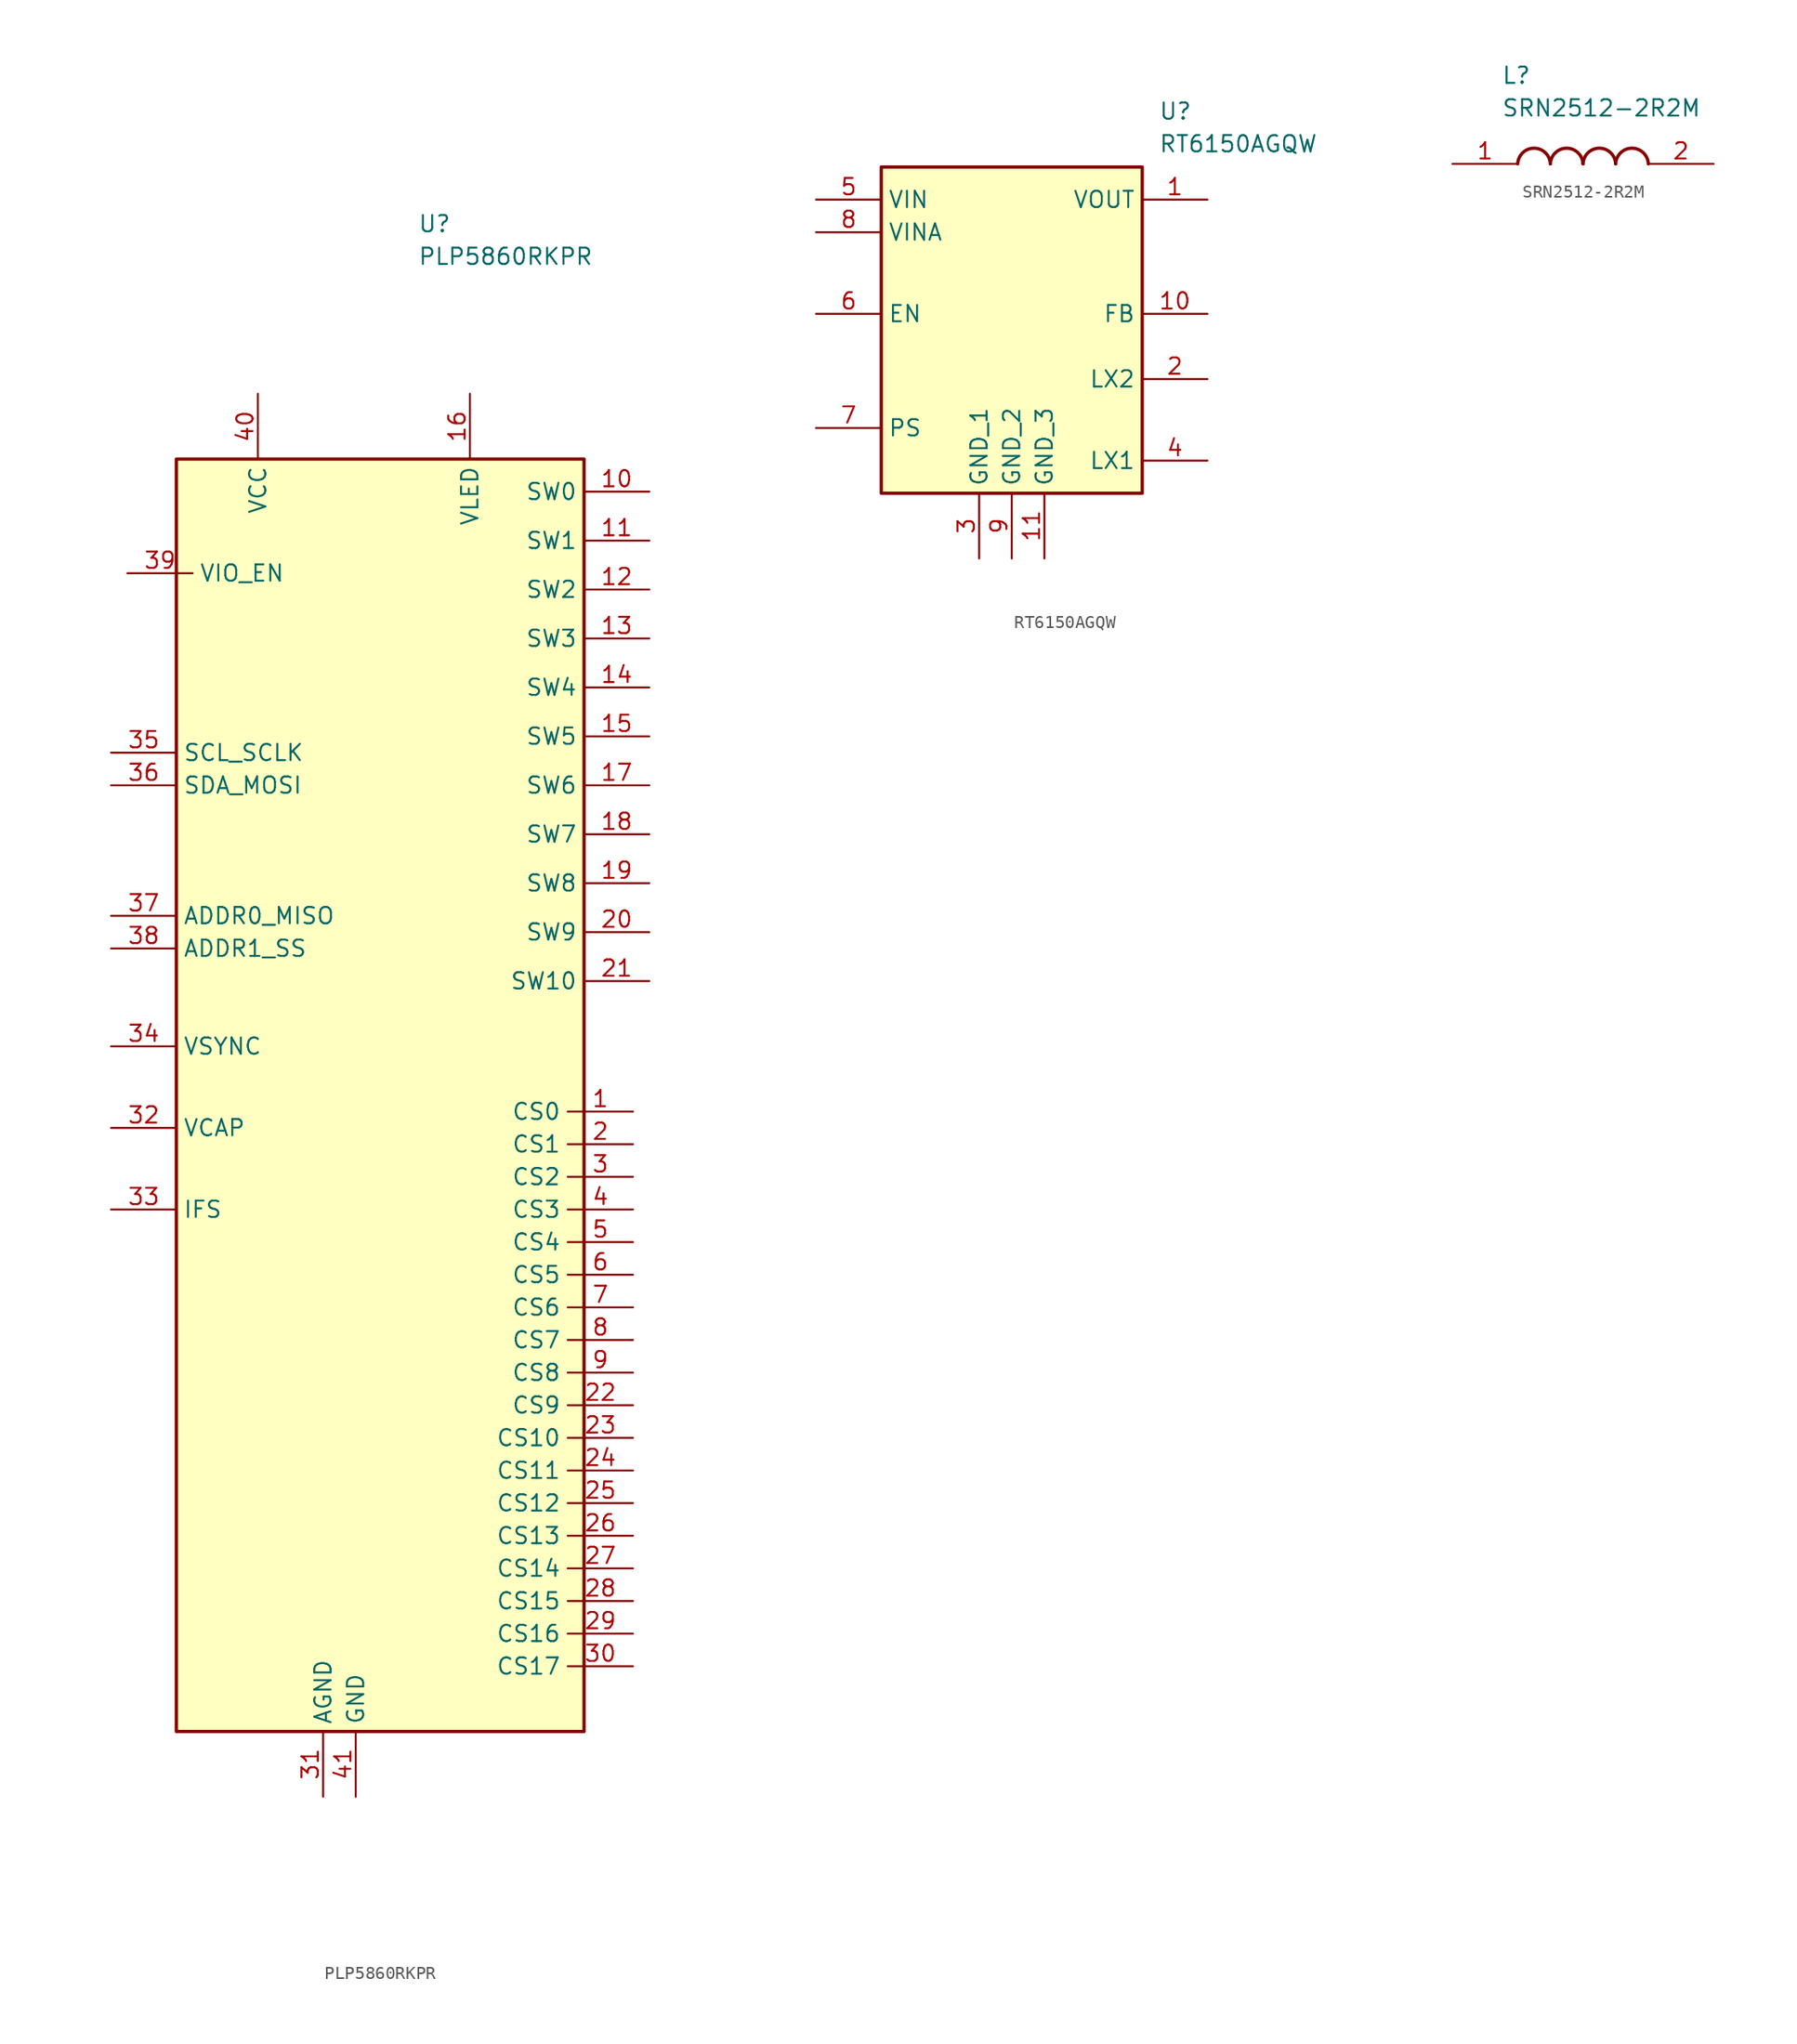
<source format=kicad_sym>
(kicad_symbol_lib
  (version 20231120)
  (generator "kicad_symbol_editor")
  (generator_version "8.0")
  (symbol "PLP5860RKPR"
    (property "Reference" "U"
      (at 1.016 34.29 0)
      (effects (font (size 1.27 1.27)) (justify left top)))
    (property "Value" "PLP5860RKPR"
      (at 1.016 31.75 0)
      (effects (font (size 1.27 1.27)) (justify left top)))
    (symbol "PLP5860RKPR_1_1"
      (rectangle (start -17.78 15.24) (end 13.97 -83.82) (stroke (width 0.254) (type default)) (fill (type background)))
      (pin passive line (at 17.78 -35.56 180) (length 5.08) (name "CS0" (effects (font (size 1.27 1.27)))) (number "1" (effects (font (size 1.27 1.27)))))
      (pin passive line (at 19.05 12.7 180) (length 5.08) (name "SW0" (effects (font (size 1.27 1.27)))) (number "10" (effects (font (size 1.27 1.27)))))
      (pin passive line (at 19.05 8.89 180) (length 5.08) (name "SW1" (effects (font (size 1.27 1.27)))) (number "11" (effects (font (size 1.27 1.27)))))
      (pin passive line (at 19.05 5.08 180) (length 5.08) (name "SW2" (effects (font (size 1.27 1.27)))) (number "12" (effects (font (size 1.27 1.27)))))
      (pin passive line (at 19.05 1.27 180) (length 5.08) (name "SW3" (effects (font (size 1.27 1.27)))) (number "13" (effects (font (size 1.27 1.27)))))
      (pin passive line (at 19.05 -2.54 180) (length 5.08) (name "SW4" (effects (font (size 1.27 1.27)))) (number "14" (effects (font (size 1.27 1.27)))))
      (pin passive line (at 19.05 -6.35 180) (length 5.08) (name "SW5" (effects (font (size 1.27 1.27)))) (number "15" (effects (font (size 1.27 1.27)))))
      (pin passive line (at 5.08 20.32 270) (length 5.08) (name "VLED" (effects (font (size 1.27 1.27)))) (number "16" (effects (font (size 1.27 1.27)))))
      (pin passive line (at 19.05 -10.16 180) (length 5.08) (name "SW6" (effects (font (size 1.27 1.27)))) (number "17" (effects (font (size 1.27 1.27)))))
      (pin passive line (at 19.05 -13.97 180) (length 5.08) (name "SW7" (effects (font (size 1.27 1.27)))) (number "18" (effects (font (size 1.27 1.27)))))
      (pin passive line (at 19.05 -17.78 180) (length 5.08) (name "SW8" (effects (font (size 1.27 1.27)))) (number "19" (effects (font (size 1.27 1.27)))))
      (pin passive line (at 17.78 -38.1 180) (length 5.08) (name "CS1" (effects (font (size 1.27 1.27)))) (number "2" (effects (font (size 1.27 1.27)))))
      (pin passive line (at 19.05 -21.59 180) (length 5.08) (name "SW9" (effects (font (size 1.27 1.27)))) (number "20" (effects (font (size 1.27 1.27)))))
      (pin passive line (at 19.05 -25.4 180) (length 5.08) (name "SW10" (effects (font (size 1.27 1.27)))) (number "21" (effects (font (size 1.27 1.27)))))
      (pin passive line (at 17.78 -58.42 180) (length 5.08) (name "CS9" (effects (font (size 1.27 1.27)))) (number "22" (effects (font (size 1.27 1.27)))))
      (pin passive line (at 17.78 -60.96 180) (length 5.08) (name "CS10" (effects (font (size 1.27 1.27)))) (number "23" (effects (font (size 1.27 1.27)))))
      (pin passive line (at 17.78 -63.5 180) (length 5.08) (name "CS11" (effects (font (size 1.27 1.27)))) (number "24" (effects (font (size 1.27 1.27)))))
      (pin passive line (at 17.78 -66.04 180) (length 5.08) (name "CS12" (effects (font (size 1.27 1.27)))) (number "25" (effects (font (size 1.27 1.27)))))
      (pin passive line (at 17.78 -68.58 180) (length 5.08) (name "CS13" (effects (font (size 1.27 1.27)))) (number "26" (effects (font (size 1.27 1.27)))))
      (pin passive line (at 17.78 -71.12 180) (length 5.08) (name "CS14" (effects (font (size 1.27 1.27)))) (number "27" (effects (font (size 1.27 1.27)))))
      (pin passive line (at 17.78 -73.66 180) (length 5.08) (name "CS15" (effects (font (size 1.27 1.27)))) (number "28" (effects (font (size 1.27 1.27)))))
      (pin passive line (at 17.78 -76.2 180) (length 5.08) (name "CS16" (effects (font (size 1.27 1.27)))) (number "29" (effects (font (size 1.27 1.27)))))
      (pin passive line (at 17.78 -40.64 180) (length 5.08) (name "CS2" (effects (font (size 1.27 1.27)))) (number "3" (effects (font (size 1.27 1.27)))))
      (pin passive line (at 17.78 -78.74 180) (length 5.08) (name "CS17" (effects (font (size 1.27 1.27)))) (number "30" (effects (font (size 1.27 1.27)))))
      (pin passive line (at -6.35 -88.9 90) (length 5.08) (name "AGND" (effects (font (size 1.27 1.27)))) (number "31" (effects (font (size 1.27 1.27)))))
      (pin passive line (at -22.86 -36.83 0) (length 5.08) (name "VCAP" (effects (font (size 1.27 1.27)))) (number "32" (effects (font (size 1.27 1.27)))))
      (pin passive line (at -22.86 -43.18 0) (length 5.08) (name "IFS" (effects (font (size 1.27 1.27)))) (number "33" (effects (font (size 1.27 1.27)))))
      (pin passive line (at -22.86 -30.48 0) (length 5.08) (name "VSYNC" (effects (font (size 1.27 1.27)))) (number "34" (effects (font (size 1.27 1.27)))))
      (pin passive line (at -22.86 -7.62 0) (length 5.08) (name "SCL_SCLK" (effects (font (size 1.27 1.27)))) (number "35" (effects (font (size 1.27 1.27)))))
      (pin passive line (at -22.86 -10.16 0) (length 5.08) (name "SDA_MOSI" (effects (font (size 1.27 1.27)))) (number "36" (effects (font (size 1.27 1.27)))))
      (pin passive line (at -22.86 -20.32 0) (length 5.08) (name "ADDR0_MISO" (effects (font (size 1.27 1.27)))) (number "37" (effects (font (size 1.27 1.27)))))
      (pin passive line (at -22.86 -22.86 0) (length 5.08) (name "ADDR1_SS" (effects (font (size 1.27 1.27)))) (number "38" (effects (font (size 1.27 1.27)))))
      (pin passive line (at -21.59 6.35 0) (length 5.08) (name "VIO_EN" (effects (font (size 1.27 1.27)))) (number "39" (effects (font (size 1.27 1.27)))))
      (pin passive line (at 17.78 -43.18 180) (length 5.08) (name "CS3" (effects (font (size 1.27 1.27)))) (number "4" (effects (font (size 1.27 1.27)))))
      (pin passive line (at -11.43 20.32 270) (length 5.08) (name "VCC" (effects (font (size 1.27 1.27)))) (number "40" (effects (font (size 1.27 1.27)))))
      (pin passive line (at -3.81 -88.9 90) (length 5.08) (name "GND" (effects (font (size 1.27 1.27)))) (number "41" (effects (font (size 1.27 1.27)))))
      (pin passive line (at 17.78 -45.72 180) (length 5.08) (name "CS4" (effects (font (size 1.27 1.27)))) (number "5" (effects (font (size 1.27 1.27)))))
      (pin passive line (at 17.78 -48.26 180) (length 5.08) (name "CS5" (effects (font (size 1.27 1.27)))) (number "6" (effects (font (size 1.27 1.27)))))
      (pin passive line (at 17.78 -50.8 180) (length 5.08) (name "CS6" (effects (font (size 1.27 1.27)))) (number "7" (effects (font (size 1.27 1.27)))))
      (pin passive line (at 17.78 -53.34 180) (length 5.08) (name "CS7" (effects (font (size 1.27 1.27)))) (number "8" (effects (font (size 1.27 1.27)))))
      (pin passive line (at 17.78 -55.88 180) (length 5.08) (name "CS8" (effects (font (size 1.27 1.27)))) (number "9" (effects (font (size 1.27 1.27)))))))
  (symbol "RT6150AGQW"
    (property "Reference" "U"
      (at 26.67 7.62 0)
      (effects (font (size 1.27 1.27)) (justify left top)))
    (property "Value" "RT6150AGQW"
      (at 26.67 5.08 0)
      (effects (font (size 1.27 1.27)) (justify left top)))
    (symbol "RT6150AGQW_1_1"
      (rectangle (start 5.08 2.54) (end 25.4 -22.86) (stroke (width 0.254) (type default)) (fill (type background)))
      (pin passive line (at 30.48 0 180) (length 5.08) (name "VOUT" (effects (font (size 1.27 1.27)))) (number "1" (effects (font (size 1.27 1.27)))))
      (pin passive line (at 30.48 -8.89 180) (length 5.08) (name "FB" (effects (font (size 1.27 1.27)))) (number "10" (effects (font (size 1.27 1.27)))))
      (pin passive line (at 17.78 -27.94 90) (length 5.08) (name "GND_3" (effects (font (size 1.27 1.27)))) (number "11" (effects (font (size 1.27 1.27)))))
      (pin passive line (at 30.48 -13.97 180) (length 5.08) (name "LX2" (effects (font (size 1.27 1.27)))) (number "2" (effects (font (size 1.27 1.27)))))
      (pin passive line (at 12.7 -27.94 90) (length 5.08) (name "GND_1" (effects (font (size 1.27 1.27)))) (number "3" (effects (font (size 1.27 1.27)))))
      (pin passive line (at 30.48 -20.32 180) (length 5.08) (name "LX1" (effects (font (size 1.27 1.27)))) (number "4" (effects (font (size 1.27 1.27)))))
      (pin passive line (at 0 0 0) (length 5.08) (name "VIN" (effects (font (size 1.27 1.27)))) (number "5" (effects (font (size 1.27 1.27)))))
      (pin passive line (at 0 -8.89 0) (length 5.08) (name "EN" (effects (font (size 1.27 1.27)))) (number "6" (effects (font (size 1.27 1.27)))))
      (pin passive line (at 0 -17.78 0) (length 5.08) (name "PS" (effects (font (size 1.27 1.27)))) (number "7" (effects (font (size 1.27 1.27)))))
      (pin passive line (at 0 -2.54 0) (length 5.08) (name "VINA" (effects (font (size 1.27 1.27)))) (number "8" (effects (font (size 1.27 1.27)))))
      (pin passive line (at 15.24 -27.94 90) (length 5.08) (name "GND_2" (effects (font (size 1.27 1.27)))) (number "9" (effects (font (size 1.27 1.27)))))))
  (symbol "SRN2512-2R2M"
    (pin_names hide)
    (property "Reference" "L"
      (at 3.81 7.62 0)
      (effects (font (size 1.27 1.27)) (justify left top)))
    (property "Value" "SRN2512-2R2M"
      (at 3.81 5.08 0)
      (effects (font (size 1.27 1.27)) (justify left top)))
    (symbol "SRN2512-2R2M_1_1"
      (arc (start 7.62 0) (mid 6.35 1.219) (end 5.08 0) (stroke (width 0.254) (type default)) (fill (type none)))
      (arc (start 10.16 0) (mid 8.89 1.219) (end 7.62 0) (stroke (width 0.254) (type default)) (fill (type none)))
      (arc (start 12.7 0) (mid 11.43 1.219) (end 10.16 0) (stroke (width 0.254) (type default)) (fill (type none)))
      (arc (start 15.24 0) (mid 13.97 1.219) (end 12.7 0) (stroke (width 0.254) (type default)) (fill (type none)))
      (pin passive line (at 0 0 0) (length 5.08) (name "1" (effects (font (size 1.27 1.27)))) (number "1" (effects (font (size 1.27 1.27)))))
      (pin passive line (at 20.32 0 180) (length 5.08) (name "2" (effects (font (size 1.27 1.27)))) (number "2" (effects (font (size 1.27 1.27))))))))
</source>
